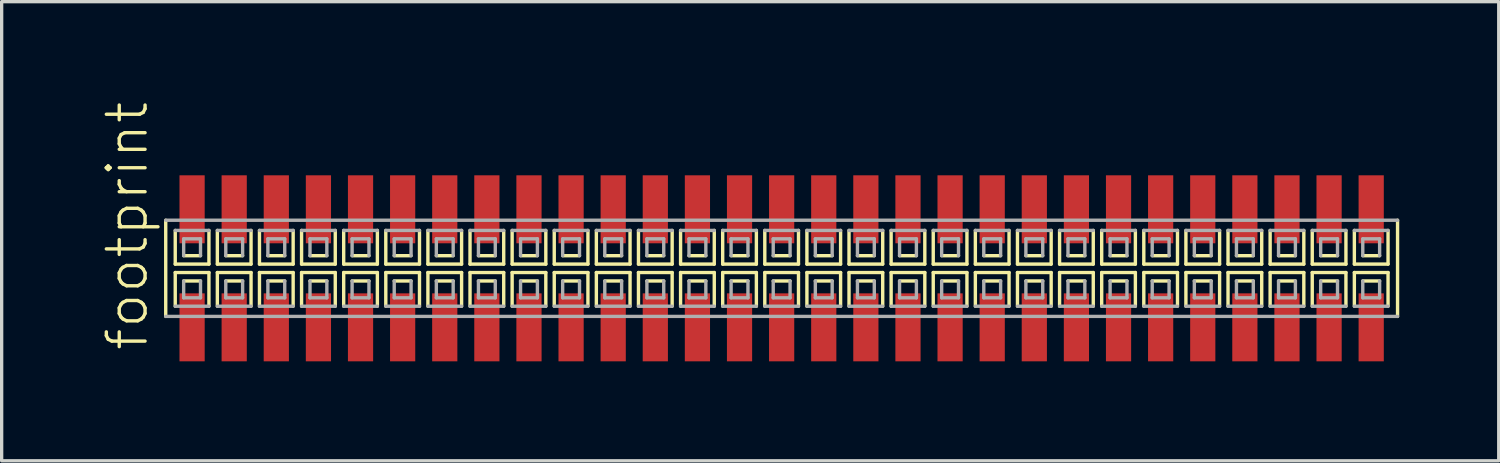
<source format=kicad_pcb>
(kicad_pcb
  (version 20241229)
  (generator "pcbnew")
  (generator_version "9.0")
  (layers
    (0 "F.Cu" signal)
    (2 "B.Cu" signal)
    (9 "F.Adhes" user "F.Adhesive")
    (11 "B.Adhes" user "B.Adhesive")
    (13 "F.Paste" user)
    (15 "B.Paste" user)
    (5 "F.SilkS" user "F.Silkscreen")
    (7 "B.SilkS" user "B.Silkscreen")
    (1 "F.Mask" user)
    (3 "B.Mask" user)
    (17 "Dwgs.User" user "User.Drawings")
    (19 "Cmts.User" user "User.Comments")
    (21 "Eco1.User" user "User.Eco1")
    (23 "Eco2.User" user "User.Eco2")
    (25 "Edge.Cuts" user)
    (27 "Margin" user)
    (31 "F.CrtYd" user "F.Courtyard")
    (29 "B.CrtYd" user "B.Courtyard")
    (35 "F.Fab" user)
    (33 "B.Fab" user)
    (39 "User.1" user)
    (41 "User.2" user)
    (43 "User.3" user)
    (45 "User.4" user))
  (footprint "footprint"
    (layer "F.Cu")
    (at 20.523 5.042)
    (property "Reference" "footprint" (at -19.05 2.54 90) (layer "F.SilkS") (effects (font (size 1.168 1.168) (thickness 0.102)) (justify left bottom)))
    (fp_line (start -18.575 -1.45) (end -18.575 1.45) (stroke (width 0.102) (type solid)) (layer "F.SilkS"))
    (fp_line (start -18.288 -1.143) (end -18.288 -0.127) (stroke (width 0.102) (type solid)) (layer "F.SilkS"))
    (fp_line (start -18.288 -0.127) (end -17.272 -0.127) (stroke (width 0.102) (type solid)) (layer "F.SilkS"))
    (fp_line (start -18.288 0.127) (end -18.288 1.143) (stroke (width 0.102) (type solid)) (layer "F.SilkS"))
    (fp_line (start -18.034 -0.381) (end -17.526 -0.381) (stroke (width 0.102) (type solid)) (layer "F.SilkS"))
    (fp_line (start -17.526 0.381) (end -18.034 0.381) (stroke (width 0.102) (type solid)) (layer "F.SilkS"))
    (fp_line (start -17.272 -0.127) (end -17.272 -1.143) (stroke (width 0.102) (type solid)) (layer "F.SilkS"))
    (fp_line (start -17.272 0.127) (end -18.288 0.127) (stroke (width 0.102) (type solid)) (layer "F.SilkS"))
    (fp_line (start -17.272 1.143) (end -17.272 0.127) (stroke (width 0.102) (type solid)) (layer "F.SilkS"))
    (fp_line (start -17.018 -1.143) (end -17.018 -0.127) (stroke (width 0.102) (type solid)) (layer "F.SilkS"))
    (fp_line (start -17.018 -0.127) (end -16.002 -0.127) (stroke (width 0.102) (type solid)) (layer "F.SilkS"))
    (fp_line (start -17.018 0.127) (end -17.018 1.143) (stroke (width 0.102) (type solid)) (layer "F.SilkS"))
    (fp_line (start -16.764 -0.381) (end -16.256 -0.381) (stroke (width 0.102) (type solid)) (layer "F.SilkS"))
    (fp_line (start -16.256 0.381) (end -16.764 0.381) (stroke (width 0.102) (type solid)) (layer "F.SilkS"))
    (fp_line (start -16.002 -0.127) (end -16.002 -1.143) (stroke (width 0.102) (type solid)) (layer "F.SilkS"))
    (fp_line (start -16.002 0.127) (end -17.018 0.127) (stroke (width 0.102) (type solid)) (layer "F.SilkS"))
    (fp_line (start -16.002 1.143) (end -16.002 0.127) (stroke (width 0.102) (type solid)) (layer "F.SilkS"))
    (fp_line (start -15.748 -1.143) (end -15.748 -0.127) (stroke (width 0.102) (type solid)) (layer "F.SilkS"))
    (fp_line (start -15.748 -0.127) (end -14.732 -0.127) (stroke (width 0.102) (type solid)) (layer "F.SilkS"))
    (fp_line (start -15.748 0.127) (end -15.748 1.143) (stroke (width 0.102) (type solid)) (layer "F.SilkS"))
    (fp_line (start -15.494 -0.381) (end -14.986 -0.381) (stroke (width 0.102) (type solid)) (layer "F.SilkS"))
    (fp_line (start -14.986 0.381) (end -15.494 0.381) (stroke (width 0.102) (type solid)) (layer "F.SilkS"))
    (fp_line (start -14.732 -0.127) (end -14.732 -1.143) (stroke (width 0.102) (type solid)) (layer "F.SilkS"))
    (fp_line (start -14.732 0.127) (end -15.748 0.127) (stroke (width 0.102) (type solid)) (layer "F.SilkS"))
    (fp_line (start -14.732 1.143) (end -14.732 0.127) (stroke (width 0.102) (type solid)) (layer "F.SilkS"))
    (fp_line (start -14.478 -1.143) (end -14.478 -0.127) (stroke (width 0.102) (type solid)) (layer "F.SilkS"))
    (fp_line (start -14.478 -0.127) (end -13.462 -0.127) (stroke (width 0.102) (type solid)) (layer "F.SilkS"))
    (fp_line (start -14.478 0.127) (end -14.478 1.143) (stroke (width 0.102) (type solid)) (layer "F.SilkS"))
    (fp_line (start -14.224 -0.381) (end -13.716 -0.381) (stroke (width 0.102) (type solid)) (layer "F.SilkS"))
    (fp_line (start -13.716 0.381) (end -14.224 0.381) (stroke (width 0.102) (type solid)) (layer "F.SilkS"))
    (fp_line (start -13.462 -0.127) (end -13.462 -1.143) (stroke (width 0.102) (type solid)) (layer "F.SilkS"))
    (fp_line (start -13.462 0.127) (end -14.478 0.127) (stroke (width 0.102) (type solid)) (layer "F.SilkS"))
    (fp_line (start -13.462 1.143) (end -13.462 0.127) (stroke (width 0.102) (type solid)) (layer "F.SilkS"))
    (fp_line (start -13.208 -1.143) (end -13.208 -0.127) (stroke (width 0.102) (type solid)) (layer "F.SilkS"))
    (fp_line (start -13.208 -0.127) (end -12.192 -0.127) (stroke (width 0.102) (type solid)) (layer "F.SilkS"))
    (fp_line (start -13.208 0.127) (end -13.208 1.143) (stroke (width 0.102) (type solid)) (layer "F.SilkS"))
    (fp_line (start -12.954 -0.381) (end -12.446 -0.381) (stroke (width 0.102) (type solid)) (layer "F.SilkS"))
    (fp_line (start -12.446 0.381) (end -12.954 0.381) (stroke (width 0.102) (type solid)) (layer "F.SilkS"))
    (fp_line (start -12.192 -0.127) (end -12.192 -1.143) (stroke (width 0.102) (type solid)) (layer "F.SilkS"))
    (fp_line (start -12.192 0.127) (end -13.208 0.127) (stroke (width 0.102) (type solid)) (layer "F.SilkS"))
    (fp_line (start -12.192 1.143) (end -12.192 0.127) (stroke (width 0.102) (type solid)) (layer "F.SilkS"))
    (fp_line (start -11.938 -1.143) (end -11.938 -0.127) (stroke (width 0.102) (type solid)) (layer "F.SilkS"))
    (fp_line (start -11.938 -0.127) (end -10.922 -0.127) (stroke (width 0.102) (type solid)) (layer "F.SilkS"))
    (fp_line (start -11.938 0.127) (end -11.938 1.143) (stroke (width 0.102) (type solid)) (layer "F.SilkS"))
    (fp_line (start -11.684 -0.381) (end -11.176 -0.381) (stroke (width 0.102) (type solid)) (layer "F.SilkS"))
    (fp_line (start -11.176 0.381) (end -11.684 0.381) (stroke (width 0.102) (type solid)) (layer "F.SilkS"))
    (fp_line (start -10.922 -0.127) (end -10.922 -1.143) (stroke (width 0.102) (type solid)) (layer "F.SilkS"))
    (fp_line (start -10.922 0.127) (end -11.938 0.127) (stroke (width 0.102) (type solid)) (layer "F.SilkS"))
    (fp_line (start -10.922 1.143) (end -10.922 0.127) (stroke (width 0.102) (type solid)) (layer "F.SilkS"))
    (fp_line (start -10.668 -1.143) (end -10.668 -0.127) (stroke (width 0.102) (type solid)) (layer "F.SilkS"))
    (fp_line (start -10.668 -0.127) (end -9.652 -0.127) (stroke (width 0.102) (type solid)) (layer "F.SilkS"))
    (fp_line (start -10.668 0.127) (end -10.668 1.143) (stroke (width 0.102) (type solid)) (layer "F.SilkS"))
    (fp_line (start -10.414 -0.381) (end -9.906 -0.381) (stroke (width 0.102) (type solid)) (layer "F.SilkS"))
    (fp_line (start -9.906 0.381) (end -10.414 0.381) (stroke (width 0.102) (type solid)) (layer "F.SilkS"))
    (fp_line (start -9.652 -0.127) (end -9.652 -1.143) (stroke (width 0.102) (type solid)) (layer "F.SilkS"))
    (fp_line (start -9.652 0.127) (end -10.668 0.127) (stroke (width 0.102) (type solid)) (layer "F.SilkS"))
    (fp_line (start -9.652 1.143) (end -9.652 0.127) (stroke (width 0.102) (type solid)) (layer "F.SilkS"))
    (fp_line (start -9.398 -1.143) (end -9.398 -0.127) (stroke (width 0.102) (type solid)) (layer "F.SilkS"))
    (fp_line (start -9.398 -0.127) (end -8.382 -0.127) (stroke (width 0.102) (type solid)) (layer "F.SilkS"))
    (fp_line (start -9.398 0.127) (end -9.398 1.143) (stroke (width 0.102) (type solid)) (layer "F.SilkS"))
    (fp_line (start -9.144 -0.381) (end -8.636 -0.381) (stroke (width 0.102) (type solid)) (layer "F.SilkS"))
    (fp_line (start -8.636 0.381) (end -9.144 0.381) (stroke (width 0.102) (type solid)) (layer "F.SilkS"))
    (fp_line (start -8.382 -0.127) (end -8.382 -1.143) (stroke (width 0.102) (type solid)) (layer "F.SilkS"))
    (fp_line (start -8.382 0.127) (end -9.398 0.127) (stroke (width 0.102) (type solid)) (layer "F.SilkS"))
    (fp_line (start -8.382 1.143) (end -8.382 0.127) (stroke (width 0.102) (type solid)) (layer "F.SilkS"))
    (fp_line (start -8.128 -1.143) (end -8.128 -0.127) (stroke (width 0.102) (type solid)) (layer "F.SilkS"))
    (fp_line (start -8.128 -0.127) (end -7.112 -0.127) (stroke (width 0.102) (type solid)) (layer "F.SilkS"))
    (fp_line (start -8.128 0.127) (end -8.128 1.143) (stroke (width 0.102) (type solid)) (layer "F.SilkS"))
    (fp_line (start -7.874 -0.381) (end -7.366 -0.381) (stroke (width 0.102) (type solid)) (layer "F.SilkS"))
    (fp_line (start -7.366 0.381) (end -7.874 0.381) (stroke (width 0.102) (type solid)) (layer "F.SilkS"))
    (fp_line (start -7.112 -0.127) (end -7.112 -1.143) (stroke (width 0.102) (type solid)) (layer "F.SilkS"))
    (fp_line (start -7.112 0.127) (end -8.128 0.127) (stroke (width 0.102) (type solid)) (layer "F.SilkS"))
    (fp_line (start -7.112 1.143) (end -7.112 0.127) (stroke (width 0.102) (type solid)) (layer "F.SilkS"))
    (fp_line (start -6.858 -1.143) (end -6.858 -0.127) (stroke (width 0.102) (type solid)) (layer "F.SilkS"))
    (fp_line (start -6.858 -0.127) (end -5.842 -0.127) (stroke (width 0.102) (type solid)) (layer "F.SilkS"))
    (fp_line (start -6.858 0.127) (end -6.858 1.143) (stroke (width 0.102) (type solid)) (layer "F.SilkS"))
    (fp_line (start -6.604 -0.381) (end -6.096 -0.381) (stroke (width 0.102) (type solid)) (layer "F.SilkS"))
    (fp_line (start -6.096 0.381) (end -6.604 0.381) (stroke (width 0.102) (type solid)) (layer "F.SilkS"))
    (fp_line (start -5.842 -0.127) (end -5.842 -1.143) (stroke (width 0.102) (type solid)) (layer "F.SilkS"))
    (fp_line (start -5.842 0.127) (end -6.858 0.127) (stroke (width 0.102) (type solid)) (layer "F.SilkS"))
    (fp_line (start -5.842 1.143) (end -5.842 0.127) (stroke (width 0.102) (type solid)) (layer "F.SilkS"))
    (fp_line (start -5.588 -1.143) (end -5.588 -0.127) (stroke (width 0.102) (type solid)) (layer "F.SilkS"))
    (fp_line (start -5.588 -0.127) (end -4.572 -0.127) (stroke (width 0.102) (type solid)) (layer "F.SilkS"))
    (fp_line (start -5.588 0.127) (end -5.588 1.143) (stroke (width 0.102) (type solid)) (layer "F.SilkS"))
    (fp_line (start -5.334 -0.381) (end -4.826 -0.381) (stroke (width 0.102) (type solid)) (layer "F.SilkS"))
    (fp_line (start -4.826 0.381) (end -5.334 0.381) (stroke (width 0.102) (type solid)) (layer "F.SilkS"))
    (fp_line (start -4.572 -0.127) (end -4.572 -1.143) (stroke (width 0.102) (type solid)) (layer "F.SilkS"))
    (fp_line (start -4.572 0.127) (end -5.588 0.127) (stroke (width 0.102) (type solid)) (layer "F.SilkS"))
    (fp_line (start -4.572 1.143) (end -4.572 0.127) (stroke (width 0.102) (type solid)) (layer "F.SilkS"))
    (fp_line (start -4.318 -1.143) (end -4.318 -0.127) (stroke (width 0.102) (type solid)) (layer "F.SilkS"))
    (fp_line (start -4.318 -0.127) (end -3.302 -0.127) (stroke (width 0.102) (type solid)) (layer "F.SilkS"))
    (fp_line (start -4.318 0.127) (end -4.318 1.143) (stroke (width 0.102) (type solid)) (layer "F.SilkS"))
    (fp_line (start -4.064 -0.381) (end -3.556 -0.381) (stroke (width 0.102) (type solid)) (layer "F.SilkS"))
    (fp_line (start -3.556 0.381) (end -4.064 0.381) (stroke (width 0.102) (type solid)) (layer "F.SilkS"))
    (fp_line (start -3.302 -0.127) (end -3.302 -1.143) (stroke (width 0.102) (type solid)) (layer "F.SilkS"))
    (fp_line (start -3.302 0.127) (end -4.318 0.127) (stroke (width 0.102) (type solid)) (layer "F.SilkS"))
    (fp_line (start -3.302 1.143) (end -3.302 0.127) (stroke (width 0.102) (type solid)) (layer "F.SilkS"))
    (fp_line (start -3.048 -1.143) (end -3.048 -0.127) (stroke (width 0.102) (type solid)) (layer "F.SilkS"))
    (fp_line (start -3.048 -0.127) (end -2.032 -0.127) (stroke (width 0.102) (type solid)) (layer "F.SilkS"))
    (fp_line (start -3.048 0.127) (end -3.048 1.143) (stroke (width 0.102) (type solid)) (layer "F.SilkS"))
    (fp_line (start -2.794 -0.381) (end -2.286 -0.381) (stroke (width 0.102) (type solid)) (layer "F.SilkS"))
    (fp_line (start -2.286 0.381) (end -2.794 0.381) (stroke (width 0.102) (type solid)) (layer "F.SilkS"))
    (fp_line (start -2.032 -0.127) (end -2.032 -1.143) (stroke (width 0.102) (type solid)) (layer "F.SilkS"))
    (fp_line (start -2.032 0.127) (end -3.048 0.127) (stroke (width 0.102) (type solid)) (layer "F.SilkS"))
    (fp_line (start -2.032 1.143) (end -2.032 0.127) (stroke (width 0.102) (type solid)) (layer "F.SilkS"))
    (fp_line (start -1.778 -1.143) (end -1.778 -0.127) (stroke (width 0.102) (type solid)) (layer "F.SilkS"))
    (fp_line (start -1.778 -0.127) (end -0.762 -0.127) (stroke (width 0.102) (type solid)) (layer "F.SilkS"))
    (fp_line (start -1.778 0.127) (end -1.778 1.143) (stroke (width 0.102) (type solid)) (layer "F.SilkS"))
    (fp_line (start -1.524 -0.381) (end -1.016 -0.381) (stroke (width 0.102) (type solid)) (layer "F.SilkS"))
    (fp_line (start -1.016 0.381) (end -1.524 0.381) (stroke (width 0.102) (type solid)) (layer "F.SilkS"))
    (fp_line (start -0.762 -0.127) (end -0.762 -1.143) (stroke (width 0.102) (type solid)) (layer "F.SilkS"))
    (fp_line (start -0.762 0.127) (end -1.778 0.127) (stroke (width 0.102) (type solid)) (layer "F.SilkS"))
    (fp_line (start -0.762 1.143) (end -0.762 0.127) (stroke (width 0.102) (type solid)) (layer "F.SilkS"))
    (fp_line (start -0.508 -1.143) (end -0.508 -0.127) (stroke (width 0.102) (type solid)) (layer "F.SilkS"))
    (fp_line (start -0.508 -0.127) (end 0.508 -0.127) (stroke (width 0.102) (type solid)) (layer "F.SilkS"))
    (fp_line (start -0.508 0.127) (end -0.508 1.143) (stroke (width 0.102) (type solid)) (layer "F.SilkS"))
    (fp_line (start -0.254 -0.381) (end 0.254 -0.381) (stroke (width 0.102) (type solid)) (layer "F.SilkS"))
    (fp_line (start 0.254 0.381) (end -0.254 0.381) (stroke (width 0.102) (type solid)) (layer "F.SilkS"))
    (fp_line (start 0.508 -0.127) (end 0.508 -1.143) (stroke (width 0.102) (type solid)) (layer "F.SilkS"))
    (fp_line (start 0.508 0.127) (end -0.508 0.127) (stroke (width 0.102) (type solid)) (layer "F.SilkS"))
    (fp_line (start 0.508 1.143) (end 0.508 0.127) (stroke (width 0.102) (type solid)) (layer "F.SilkS"))
    (fp_line (start 0.762 -1.143) (end 0.762 -0.127) (stroke (width 0.102) (type solid)) (layer "F.SilkS"))
    (fp_line (start 0.762 -0.127) (end 1.778 -0.127) (stroke (width 0.102) (type solid)) (layer "F.SilkS"))
    (fp_line (start 0.762 0.127) (end 0.762 1.143) (stroke (width 0.102) (type solid)) (layer "F.SilkS"))
    (fp_line (start 1.016 -0.381) (end 1.524 -0.381) (stroke (width 0.102) (type solid)) (layer "F.SilkS"))
    (fp_line (start 1.524 0.381) (end 1.016 0.381) (stroke (width 0.102) (type solid)) (layer "F.SilkS"))
    (fp_line (start 1.778 -0.127) (end 1.778 -1.143) (stroke (width 0.102) (type solid)) (layer "F.SilkS"))
    (fp_line (start 1.778 0.127) (end 0.762 0.127) (stroke (width 0.102) (type solid)) (layer "F.SilkS"))
    (fp_line (start 1.778 1.143) (end 1.778 0.127) (stroke (width 0.102) (type solid)) (layer "F.SilkS"))
    (fp_line (start 2.032 -1.143) (end 2.032 -0.127) (stroke (width 0.102) (type solid)) (layer "F.SilkS"))
    (fp_line (start 2.032 -0.127) (end 3.048 -0.127) (stroke (width 0.102) (type solid)) (layer "F.SilkS"))
    (fp_line (start 2.032 0.127) (end 2.032 1.143) (stroke (width 0.102) (type solid)) (layer "F.SilkS"))
    (fp_line (start 2.286 -0.381) (end 2.794 -0.381) (stroke (width 0.102) (type solid)) (layer "F.SilkS"))
    (fp_line (start 2.794 0.381) (end 2.286 0.381) (stroke (width 0.102) (type solid)) (layer "F.SilkS"))
    (fp_line (start 3.048 -0.127) (end 3.048 -1.143) (stroke (width 0.102) (type solid)) (layer "F.SilkS"))
    (fp_line (start 3.048 0.127) (end 2.032 0.127) (stroke (width 0.102) (type solid)) (layer "F.SilkS"))
    (fp_line (start 3.048 1.143) (end 3.048 0.127) (stroke (width 0.102) (type solid)) (layer "F.SilkS"))
    (fp_line (start 3.302 -1.143) (end 3.302 -0.127) (stroke (width 0.102) (type solid)) (layer "F.SilkS"))
    (fp_line (start 3.302 -0.127) (end 4.318 -0.127) (stroke (width 0.102) (type solid)) (layer "F.SilkS"))
    (fp_line (start 3.302 0.127) (end 3.302 1.143) (stroke (width 0.102) (type solid)) (layer "F.SilkS"))
    (fp_line (start 3.556 -0.381) (end 4.064 -0.381) (stroke (width 0.102) (type solid)) (layer "F.SilkS"))
    (fp_line (start 4.064 0.381) (end 3.556 0.381) (stroke (width 0.102) (type solid)) (layer "F.SilkS"))
    (fp_line (start 4.318 -0.127) (end 4.318 -1.143) (stroke (width 0.102) (type solid)) (layer "F.SilkS"))
    (fp_line (start 4.318 0.127) (end 3.302 0.127) (stroke (width 0.102) (type solid)) (layer "F.SilkS"))
    (fp_line (start 4.318 1.143) (end 4.318 0.127) (stroke (width 0.102) (type solid)) (layer "F.SilkS"))
    (fp_line (start 4.572 -1.143) (end 4.572 -0.127) (stroke (width 0.102) (type solid)) (layer "F.SilkS"))
    (fp_line (start 4.572 -0.127) (end 5.588 -0.127) (stroke (width 0.102) (type solid)) (layer "F.SilkS"))
    (fp_line (start 4.572 0.127) (end 4.572 1.143) (stroke (width 0.102) (type solid)) (layer "F.SilkS"))
    (fp_line (start 4.826 -0.381) (end 5.334 -0.381) (stroke (width 0.102) (type solid)) (layer "F.SilkS"))
    (fp_line (start 5.334 0.381) (end 4.826 0.381) (stroke (width 0.102) (type solid)) (layer "F.SilkS"))
    (fp_line (start 5.588 -0.127) (end 5.588 -1.143) (stroke (width 0.102) (type solid)) (layer "F.SilkS"))
    (fp_line (start 5.588 0.127) (end 4.572 0.127) (stroke (width 0.102) (type solid)) (layer "F.SilkS"))
    (fp_line (start 5.588 1.143) (end 5.588 0.127) (stroke (width 0.102) (type solid)) (layer "F.SilkS"))
    (fp_line (start 5.842 -1.143) (end 5.842 -0.127) (stroke (width 0.102) (type solid)) (layer "F.SilkS"))
    (fp_line (start 5.842 -0.127) (end 6.858 -0.127) (stroke (width 0.102) (type solid)) (layer "F.SilkS"))
    (fp_line (start 5.842 0.127) (end 5.842 1.143) (stroke (width 0.102) (type solid)) (layer "F.SilkS"))
    (fp_line (start 6.096 -0.381) (end 6.604 -0.381) (stroke (width 0.102) (type solid)) (layer "F.SilkS"))
    (fp_line (start 6.604 0.381) (end 6.096 0.381) (stroke (width 0.102) (type solid)) (layer "F.SilkS"))
    (fp_line (start 6.858 -0.127) (end 6.858 -1.143) (stroke (width 0.102) (type solid)) (layer "F.SilkS"))
    (fp_line (start 6.858 0.127) (end 5.842 0.127) (stroke (width 0.102) (type solid)) (layer "F.SilkS"))
    (fp_line (start 6.858 1.143) (end 6.858 0.127) (stroke (width 0.102) (type solid)) (layer "F.SilkS"))
    (fp_line (start 7.112 -1.143) (end 7.112 -0.127) (stroke (width 0.102) (type solid)) (layer "F.SilkS"))
    (fp_line (start 7.112 -0.127) (end 8.128 -0.127) (stroke (width 0.102) (type solid)) (layer "F.SilkS"))
    (fp_line (start 7.112 0.127) (end 7.112 1.143) (stroke (width 0.102) (type solid)) (layer "F.SilkS"))
    (fp_line (start 7.366 -0.381) (end 7.874 -0.381) (stroke (width 0.102) (type solid)) (layer "F.SilkS"))
    (fp_line (start 7.874 0.381) (end 7.366 0.381) (stroke (width 0.102) (type solid)) (layer "F.SilkS"))
    (fp_line (start 8.128 -0.127) (end 8.128 -1.143) (stroke (width 0.102) (type solid)) (layer "F.SilkS"))
    (fp_line (start 8.128 0.127) (end 7.112 0.127) (stroke (width 0.102) (type solid)) (layer "F.SilkS"))
    (fp_line (start 8.128 1.143) (end 8.128 0.127) (stroke (width 0.102) (type solid)) (layer "F.SilkS"))
    (fp_line (start 8.382 -1.143) (end 8.382 -0.127) (stroke (width 0.102) (type solid)) (layer "F.SilkS"))
    (fp_line (start 8.382 -0.127) (end 9.398 -0.127) (stroke (width 0.102) (type solid)) (layer "F.SilkS"))
    (fp_line (start 8.382 0.127) (end 8.382 1.143) (stroke (width 0.102) (type solid)) (layer "F.SilkS"))
    (fp_line (start 8.636 -0.381) (end 9.144 -0.381) (stroke (width 0.102) (type solid)) (layer "F.SilkS"))
    (fp_line (start 9.144 0.381) (end 8.636 0.381) (stroke (width 0.102) (type solid)) (layer "F.SilkS"))
    (fp_line (start 9.398 -0.127) (end 9.398 -1.143) (stroke (width 0.102) (type solid)) (layer "F.SilkS"))
    (fp_line (start 9.398 0.127) (end 8.382 0.127) (stroke (width 0.102) (type solid)) (layer "F.SilkS"))
    (fp_line (start 9.398 1.143) (end 9.398 0.127) (stroke (width 0.102) (type solid)) (layer "F.SilkS"))
    (fp_line (start 9.652 -1.143) (end 9.652 -0.127) (stroke (width 0.102) (type solid)) (layer "F.SilkS"))
    (fp_line (start 9.652 -0.127) (end 10.668 -0.127) (stroke (width 0.102) (type solid)) (layer "F.SilkS"))
    (fp_line (start 9.652 0.127) (end 9.652 1.143) (stroke (width 0.102) (type solid)) (layer "F.SilkS"))
    (fp_line (start 9.906 -0.381) (end 10.414 -0.381) (stroke (width 0.102) (type solid)) (layer "F.SilkS"))
    (fp_line (start 10.414 0.381) (end 9.906 0.381) (stroke (width 0.102) (type solid)) (layer "F.SilkS"))
    (fp_line (start 10.668 -0.127) (end 10.668 -1.143) (stroke (width 0.102) (type solid)) (layer "F.SilkS"))
    (fp_line (start 10.668 0.127) (end 9.652 0.127) (stroke (width 0.102) (type solid)) (layer "F.SilkS"))
    (fp_line (start 10.668 1.143) (end 10.668 0.127) (stroke (width 0.102) (type solid)) (layer "F.SilkS"))
    (fp_line (start 10.922 -1.143) (end 10.922 -0.127) (stroke (width 0.102) (type solid)) (layer "F.SilkS"))
    (fp_line (start 10.922 -0.127) (end 11.938 -0.127) (stroke (width 0.102) (type solid)) (layer "F.SilkS"))
    (fp_line (start 10.922 0.127) (end 10.922 1.143) (stroke (width 0.102) (type solid)) (layer "F.SilkS"))
    (fp_line (start 11.176 -0.381) (end 11.684 -0.381) (stroke (width 0.102) (type solid)) (layer "F.SilkS"))
    (fp_line (start 11.684 0.381) (end 11.176 0.381) (stroke (width 0.102) (type solid)) (layer "F.SilkS"))
    (fp_line (start 11.938 -0.127) (end 11.938 -1.143) (stroke (width 0.102) (type solid)) (layer "F.SilkS"))
    (fp_line (start 11.938 0.127) (end 10.922 0.127) (stroke (width 0.102) (type solid)) (layer "F.SilkS"))
    (fp_line (start 11.938 1.143) (end 11.938 0.127) (stroke (width 0.102) (type solid)) (layer "F.SilkS"))
    (fp_line (start 12.192 -1.143) (end 12.192 -0.127) (stroke (width 0.102) (type solid)) (layer "F.SilkS"))
    (fp_line (start 12.192 -0.127) (end 13.208 -0.127) (stroke (width 0.102) (type solid)) (layer "F.SilkS"))
    (fp_line (start 12.192 0.127) (end 12.192 1.143) (stroke (width 0.102) (type solid)) (layer "F.SilkS"))
    (fp_line (start 12.446 -0.381) (end 12.954 -0.381) (stroke (width 0.102) (type solid)) (layer "F.SilkS"))
    (fp_line (start 12.954 0.381) (end 12.446 0.381) (stroke (width 0.102) (type solid)) (layer "F.SilkS"))
    (fp_line (start 13.208 -0.127) (end 13.208 -1.143) (stroke (width 0.102) (type solid)) (layer "F.SilkS"))
    (fp_line (start 13.208 0.127) (end 12.192 0.127) (stroke (width 0.102) (type solid)) (layer "F.SilkS"))
    (fp_line (start 13.208 1.143) (end 13.208 0.127) (stroke (width 0.102) (type solid)) (layer "F.SilkS"))
    (fp_line (start 13.462 -1.143) (end 13.462 -0.127) (stroke (width 0.102) (type solid)) (layer "F.SilkS"))
    (fp_line (start 13.462 -0.127) (end 14.478 -0.127) (stroke (width 0.102) (type solid)) (layer "F.SilkS"))
    (fp_line (start 13.462 0.127) (end 13.462 1.143) (stroke (width 0.102) (type solid)) (layer "F.SilkS"))
    (fp_line (start 13.716 -0.381) (end 14.224 -0.381) (stroke (width 0.102) (type solid)) (layer "F.SilkS"))
    (fp_line (start 14.224 0.381) (end 13.716 0.381) (stroke (width 0.102) (type solid)) (layer "F.SilkS"))
    (fp_line (start 14.478 -0.127) (end 14.478 -1.143) (stroke (width 0.102) (type solid)) (layer "F.SilkS"))
    (fp_line (start 14.478 0.127) (end 13.462 0.127) (stroke (width 0.102) (type solid)) (layer "F.SilkS"))
    (fp_line (start 14.478 1.143) (end 14.478 0.127) (stroke (width 0.102) (type solid)) (layer "F.SilkS"))
    (fp_line (start 14.732 -1.143) (end 14.732 -0.127) (stroke (width 0.102) (type solid)) (layer "F.SilkS"))
    (fp_line (start 14.732 -0.127) (end 15.748 -0.127) (stroke (width 0.102) (type solid)) (layer "F.SilkS"))
    (fp_line (start 14.732 0.127) (end 14.732 1.143) (stroke (width 0.102) (type solid)) (layer "F.SilkS"))
    (fp_line (start 14.986 -0.381) (end 15.494 -0.381) (stroke (width 0.102) (type solid)) (layer "F.SilkS"))
    (fp_line (start 15.494 0.381) (end 14.986 0.381) (stroke (width 0.102) (type solid)) (layer "F.SilkS"))
    (fp_line (start 15.748 -0.127) (end 15.748 -1.143) (stroke (width 0.102) (type solid)) (layer "F.SilkS"))
    (fp_line (start 15.748 0.127) (end 14.732 0.127) (stroke (width 0.102) (type solid)) (layer "F.SilkS"))
    (fp_line (start 15.748 1.143) (end 15.748 0.127) (stroke (width 0.102) (type solid)) (layer "F.SilkS"))
    (fp_line (start 16.002 -1.143) (end 16.002 -0.127) (stroke (width 0.102) (type solid)) (layer "F.SilkS"))
    (fp_line (start 16.002 -0.127) (end 17.018 -0.127) (stroke (width 0.102) (type solid)) (layer "F.SilkS"))
    (fp_line (start 16.002 0.127) (end 16.002 1.143) (stroke (width 0.102) (type solid)) (layer "F.SilkS"))
    (fp_line (start 16.256 -0.381) (end 16.764 -0.381) (stroke (width 0.102) (type solid)) (layer "F.SilkS"))
    (fp_line (start 16.764 0.381) (end 16.256 0.381) (stroke (width 0.102) (type solid)) (layer "F.SilkS"))
    (fp_line (start 17.018 -0.127) (end 17.018 -1.143) (stroke (width 0.102) (type solid)) (layer "F.SilkS"))
    (fp_line (start 17.018 0.127) (end 16.002 0.127) (stroke (width 0.102) (type solid)) (layer "F.SilkS"))
    (fp_line (start 17.018 1.143) (end 17.018 0.127) (stroke (width 0.102) (type solid)) (layer "F.SilkS"))
    (fp_line (start 17.272 -1.143) (end 17.272 -0.127) (stroke (width 0.102) (type solid)) (layer "F.SilkS"))
    (fp_line (start 17.272 -0.127) (end 18.288 -0.127) (stroke (width 0.102) (type solid)) (layer "F.SilkS"))
    (fp_line (start 17.272 0.127) (end 17.272 1.143) (stroke (width 0.102) (type solid)) (layer "F.SilkS"))
    (fp_line (start 17.526 -0.381) (end 18.034 -0.381) (stroke (width 0.102) (type solid)) (layer "F.SilkS"))
    (fp_line (start 18.034 0.381) (end 17.526 0.381) (stroke (width 0.102) (type solid)) (layer "F.SilkS"))
    (fp_line (start 18.288 -0.127) (end 18.288 -1.143) (stroke (width 0.102) (type solid)) (layer "F.SilkS"))
    (fp_line (start 18.288 0.127) (end 17.272 0.127) (stroke (width 0.102) (type solid)) (layer "F.SilkS"))
    (fp_line (start 18.288 1.143) (end 18.288 0.127) (stroke (width 0.102) (type solid)) (layer "F.SilkS"))
    (fp_line (start 18.575 1.45) (end 18.575 -1.45) (stroke (width 0.102) (type solid)) (layer "F.SilkS"))
    (fp_line (start -18.575 1.45) (end 18.575 1.45) (stroke (width 0.102) (type solid)) (layer "F.Fab"))
    (fp_line (start -18.288 1.143) (end -17.272 1.143) (stroke (width 0.102) (type solid)) (layer "F.Fab"))
    (fp_line (start -18.034 -0.889) (end -18.034 -0.381) (stroke (width 0.102) (type solid)) (layer "F.Fab"))
    (fp_line (start -18.034 0.381) (end -18.034 0.889) (stroke (width 0.102) (type solid)) (layer "F.Fab"))
    (fp_line (start -18.034 0.889) (end -17.526 0.889) (stroke (width 0.102) (type solid)) (layer "F.Fab"))
    (fp_line (start -17.526 -0.889) (end -18.034 -0.889) (stroke (width 0.102) (type solid)) (layer "F.Fab"))
    (fp_line (start -17.526 -0.381) (end -17.526 -0.889) (stroke (width 0.102) (type solid)) (layer "F.Fab"))
    (fp_line (start -17.526 0.889) (end -17.526 0.381) (stroke (width 0.102) (type solid)) (layer "F.Fab"))
    (fp_line (start -17.272 -1.143) (end -18.288 -1.143) (stroke (width 0.102) (type solid)) (layer "F.Fab"))
    (fp_line (start -17.018 1.143) (end -16.002 1.143) (stroke (width 0.102) (type solid)) (layer "F.Fab"))
    (fp_line (start -16.764 -0.889) (end -16.764 -0.381) (stroke (width 0.102) (type solid)) (layer "F.Fab"))
    (fp_line (start -16.764 0.381) (end -16.764 0.889) (stroke (width 0.102) (type solid)) (layer "F.Fab"))
    (fp_line (start -16.764 0.889) (end -16.256 0.889) (stroke (width 0.102) (type solid)) (layer "F.Fab"))
    (fp_line (start -16.256 -0.889) (end -16.764 -0.889) (stroke (width 0.102) (type solid)) (layer "F.Fab"))
    (fp_line (start -16.256 -0.381) (end -16.256 -0.889) (stroke (width 0.102) (type solid)) (layer "F.Fab"))
    (fp_line (start -16.256 0.889) (end -16.256 0.381) (stroke (width 0.102) (type solid)) (layer "F.Fab"))
    (fp_line (start -16.002 -1.143) (end -17.018 -1.143) (stroke (width 0.102) (type solid)) (layer "F.Fab"))
    (fp_line (start -15.748 1.143) (end -14.732 1.143) (stroke (width 0.102) (type solid)) (layer "F.Fab"))
    (fp_line (start -15.494 -0.889) (end -15.494 -0.381) (stroke (width 0.102) (type solid)) (layer "F.Fab"))
    (fp_line (start -15.494 0.381) (end -15.494 0.889) (stroke (width 0.102) (type solid)) (layer "F.Fab"))
    (fp_line (start -15.494 0.889) (end -14.986 0.889) (stroke (width 0.102) (type solid)) (layer "F.Fab"))
    (fp_line (start -14.986 -0.889) (end -15.494 -0.889) (stroke (width 0.102) (type solid)) (layer "F.Fab"))
    (fp_line (start -14.986 -0.381) (end -14.986 -0.889) (stroke (width 0.102) (type solid)) (layer "F.Fab"))
    (fp_line (start -14.986 0.889) (end -14.986 0.381) (stroke (width 0.102) (type solid)) (layer "F.Fab"))
    (fp_line (start -14.732 -1.143) (end -15.748 -1.143) (stroke (width 0.102) (type solid)) (layer "F.Fab"))
    (fp_line (start -14.478 1.143) (end -13.462 1.143) (stroke (width 0.102) (type solid)) (layer "F.Fab"))
    (fp_line (start -14.224 -0.889) (end -14.224 -0.381) (stroke (width 0.102) (type solid)) (layer "F.Fab"))
    (fp_line (start -14.224 0.381) (end -14.224 0.889) (stroke (width 0.102) (type solid)) (layer "F.Fab"))
    (fp_line (start -14.224 0.889) (end -13.716 0.889) (stroke (width 0.102) (type solid)) (layer "F.Fab"))
    (fp_line (start -13.716 -0.889) (end -14.224 -0.889) (stroke (width 0.102) (type solid)) (layer "F.Fab"))
    (fp_line (start -13.716 -0.381) (end -13.716 -0.889) (stroke (width 0.102) (type solid)) (layer "F.Fab"))
    (fp_line (start -13.716 0.889) (end -13.716 0.381) (stroke (width 0.102) (type solid)) (layer "F.Fab"))
    (fp_line (start -13.462 -1.143) (end -14.478 -1.143) (stroke (width 0.102) (type solid)) (layer "F.Fab"))
    (fp_line (start -13.208 1.143) (end -12.192 1.143) (stroke (width 0.102) (type solid)) (layer "F.Fab"))
    (fp_line (start -12.954 -0.889) (end -12.954 -0.381) (stroke (width 0.102) (type solid)) (layer "F.Fab"))
    (fp_line (start -12.954 0.381) (end -12.954 0.889) (stroke (width 0.102) (type solid)) (layer "F.Fab"))
    (fp_line (start -12.954 0.889) (end -12.446 0.889) (stroke (width 0.102) (type solid)) (layer "F.Fab"))
    (fp_line (start -12.446 -0.889) (end -12.954 -0.889) (stroke (width 0.102) (type solid)) (layer "F.Fab"))
    (fp_line (start -12.446 -0.381) (end -12.446 -0.889) (stroke (width 0.102) (type solid)) (layer "F.Fab"))
    (fp_line (start -12.446 0.889) (end -12.446 0.381) (stroke (width 0.102) (type solid)) (layer "F.Fab"))
    (fp_line (start -12.192 -1.143) (end -13.208 -1.143) (stroke (width 0.102) (type solid)) (layer "F.Fab"))
    (fp_line (start -11.938 1.143) (end -10.922 1.143) (stroke (width 0.102) (type solid)) (layer "F.Fab"))
    (fp_line (start -11.684 -0.889) (end -11.684 -0.381) (stroke (width 0.102) (type solid)) (layer "F.Fab"))
    (fp_line (start -11.684 0.381) (end -11.684 0.889) (stroke (width 0.102) (type solid)) (layer "F.Fab"))
    (fp_line (start -11.684 0.889) (end -11.176 0.889) (stroke (width 0.102) (type solid)) (layer "F.Fab"))
    (fp_line (start -11.176 -0.889) (end -11.684 -0.889) (stroke (width 0.102) (type solid)) (layer "F.Fab"))
    (fp_line (start -11.176 -0.381) (end -11.176 -0.889) (stroke (width 0.102) (type solid)) (layer "F.Fab"))
    (fp_line (start -11.176 0.889) (end -11.176 0.381) (stroke (width 0.102) (type solid)) (layer "F.Fab"))
    (fp_line (start -10.922 -1.143) (end -11.938 -1.143) (stroke (width 0.102) (type solid)) (layer "F.Fab"))
    (fp_line (start -10.668 1.143) (end -9.652 1.143) (stroke (width 0.102) (type solid)) (layer "F.Fab"))
    (fp_line (start -10.414 -0.889) (end -10.414 -0.381) (stroke (width 0.102) (type solid)) (layer "F.Fab"))
    (fp_line (start -10.414 0.381) (end -10.414 0.889) (stroke (width 0.102) (type solid)) (layer "F.Fab"))
    (fp_line (start -10.414 0.889) (end -9.906 0.889) (stroke (width 0.102) (type solid)) (layer "F.Fab"))
    (fp_line (start -9.906 -0.889) (end -10.414 -0.889) (stroke (width 0.102) (type solid)) (layer "F.Fab"))
    (fp_line (start -9.906 -0.381) (end -9.906 -0.889) (stroke (width 0.102) (type solid)) (layer "F.Fab"))
    (fp_line (start -9.906 0.889) (end -9.906 0.381) (stroke (width 0.102) (type solid)) (layer "F.Fab"))
    (fp_line (start -9.652 -1.143) (end -10.668 -1.143) (stroke (width 0.102) (type solid)) (layer "F.Fab"))
    (fp_line (start -9.398 1.143) (end -8.382 1.143) (stroke (width 0.102) (type solid)) (layer "F.Fab"))
    (fp_line (start -9.144 -0.889) (end -9.144 -0.381) (stroke (width 0.102) (type solid)) (layer "F.Fab"))
    (fp_line (start -9.144 0.381) (end -9.144 0.889) (stroke (width 0.102) (type solid)) (layer "F.Fab"))
    (fp_line (start -9.144 0.889) (end -8.636 0.889) (stroke (width 0.102) (type solid)) (layer "F.Fab"))
    (fp_line (start -8.636 -0.889) (end -9.144 -0.889) (stroke (width 0.102) (type solid)) (layer "F.Fab"))
    (fp_line (start -8.636 -0.381) (end -8.636 -0.889) (stroke (width 0.102) (type solid)) (layer "F.Fab"))
    (fp_line (start -8.636 0.889) (end -8.636 0.381) (stroke (width 0.102) (type solid)) (layer "F.Fab"))
    (fp_line (start -8.382 -1.143) (end -9.398 -1.143) (stroke (width 0.102) (type solid)) (layer "F.Fab"))
    (fp_line (start -8.128 1.143) (end -7.112 1.143) (stroke (width 0.102) (type solid)) (layer "F.Fab"))
    (fp_line (start -7.874 -0.889) (end -7.874 -0.381) (stroke (width 0.102) (type solid)) (layer "F.Fab"))
    (fp_line (start -7.874 0.381) (end -7.874 0.889) (stroke (width 0.102) (type solid)) (layer "F.Fab"))
    (fp_line (start -7.874 0.889) (end -7.366 0.889) (stroke (width 0.102) (type solid)) (layer "F.Fab"))
    (fp_line (start -7.366 -0.889) (end -7.874 -0.889) (stroke (width 0.102) (type solid)) (layer "F.Fab"))
    (fp_line (start -7.366 -0.381) (end -7.366 -0.889) (stroke (width 0.102) (type solid)) (layer "F.Fab"))
    (fp_line (start -7.366 0.889) (end -7.366 0.381) (stroke (width 0.102) (type solid)) (layer "F.Fab"))
    (fp_line (start -7.112 -1.143) (end -8.128 -1.143) (stroke (width 0.102) (type solid)) (layer "F.Fab"))
    (fp_line (start -6.858 1.143) (end -5.842 1.143) (stroke (width 0.102) (type solid)) (layer "F.Fab"))
    (fp_line (start -6.604 -0.889) (end -6.604 -0.381) (stroke (width 0.102) (type solid)) (layer "F.Fab"))
    (fp_line (start -6.604 0.381) (end -6.604 0.889) (stroke (width 0.102) (type solid)) (layer "F.Fab"))
    (fp_line (start -6.604 0.889) (end -6.096 0.889) (stroke (width 0.102) (type solid)) (layer "F.Fab"))
    (fp_line (start -6.096 -0.889) (end -6.604 -0.889) (stroke (width 0.102) (type solid)) (layer "F.Fab"))
    (fp_line (start -6.096 -0.381) (end -6.096 -0.889) (stroke (width 0.102) (type solid)) (layer "F.Fab"))
    (fp_line (start -6.096 0.889) (end -6.096 0.381) (stroke (width 0.102) (type solid)) (layer "F.Fab"))
    (fp_line (start -5.842 -1.143) (end -6.858 -1.143) (stroke (width 0.102) (type solid)) (layer "F.Fab"))
    (fp_line (start -5.588 1.143) (end -4.572 1.143) (stroke (width 0.102) (type solid)) (layer "F.Fab"))
    (fp_line (start -5.334 -0.889) (end -5.334 -0.381) (stroke (width 0.102) (type solid)) (layer "F.Fab"))
    (fp_line (start -5.334 0.381) (end -5.334 0.889) (stroke (width 0.102) (type solid)) (layer "F.Fab"))
    (fp_line (start -5.334 0.889) (end -4.826 0.889) (stroke (width 0.102) (type solid)) (layer "F.Fab"))
    (fp_line (start -4.826 -0.889) (end -5.334 -0.889) (stroke (width 0.102) (type solid)) (layer "F.Fab"))
    (fp_line (start -4.826 -0.381) (end -4.826 -0.889) (stroke (width 0.102) (type solid)) (layer "F.Fab"))
    (fp_line (start -4.826 0.889) (end -4.826 0.381) (stroke (width 0.102) (type solid)) (layer "F.Fab"))
    (fp_line (start -4.572 -1.143) (end -5.588 -1.143) (stroke (width 0.102) (type solid)) (layer "F.Fab"))
    (fp_line (start -4.318 1.143) (end -3.302 1.143) (stroke (width 0.102) (type solid)) (layer "F.Fab"))
    (fp_line (start -4.064 -0.889) (end -4.064 -0.381) (stroke (width 0.102) (type solid)) (layer "F.Fab"))
    (fp_line (start -4.064 0.381) (end -4.064 0.889) (stroke (width 0.102) (type solid)) (layer "F.Fab"))
    (fp_line (start -4.064 0.889) (end -3.556 0.889) (stroke (width 0.102) (type solid)) (layer "F.Fab"))
    (fp_line (start -3.556 -0.889) (end -4.064 -0.889) (stroke (width 0.102) (type solid)) (layer "F.Fab"))
    (fp_line (start -3.556 -0.381) (end -3.556 -0.889) (stroke (width 0.102) (type solid)) (layer "F.Fab"))
    (fp_line (start -3.556 0.889) (end -3.556 0.381) (stroke (width 0.102) (type solid)) (layer "F.Fab"))
    (fp_line (start -3.302 -1.143) (end -4.318 -1.143) (stroke (width 0.102) (type solid)) (layer "F.Fab"))
    (fp_line (start -3.048 1.143) (end -2.032 1.143) (stroke (width 0.102) (type solid)) (layer "F.Fab"))
    (fp_line (start -2.794 -0.889) (end -2.794 -0.381) (stroke (width 0.102) (type solid)) (layer "F.Fab"))
    (fp_line (start -2.794 0.381) (end -2.794 0.889) (stroke (width 0.102) (type solid)) (layer "F.Fab"))
    (fp_line (start -2.794 0.889) (end -2.286 0.889) (stroke (width 0.102) (type solid)) (layer "F.Fab"))
    (fp_line (start -2.286 -0.889) (end -2.794 -0.889) (stroke (width 0.102) (type solid)) (layer "F.Fab"))
    (fp_line (start -2.286 -0.381) (end -2.286 -0.889) (stroke (width 0.102) (type solid)) (layer "F.Fab"))
    (fp_line (start -2.286 0.889) (end -2.286 0.381) (stroke (width 0.102) (type solid)) (layer "F.Fab"))
    (fp_line (start -2.032 -1.143) (end -3.048 -1.143) (stroke (width 0.102) (type solid)) (layer "F.Fab"))
    (fp_line (start -1.778 1.143) (end -0.762 1.143) (stroke (width 0.102) (type solid)) (layer "F.Fab"))
    (fp_line (start -1.524 -0.889) (end -1.524 -0.381) (stroke (width 0.102) (type solid)) (layer "F.Fab"))
    (fp_line (start -1.524 0.381) (end -1.524 0.889) (stroke (width 0.102) (type solid)) (layer "F.Fab"))
    (fp_line (start -1.524 0.889) (end -1.016 0.889) (stroke (width 0.102) (type solid)) (layer "F.Fab"))
    (fp_line (start -1.016 -0.889) (end -1.524 -0.889) (stroke (width 0.102) (type solid)) (layer "F.Fab"))
    (fp_line (start -1.016 -0.381) (end -1.016 -0.889) (stroke (width 0.102) (type solid)) (layer "F.Fab"))
    (fp_line (start -1.016 0.889) (end -1.016 0.381) (stroke (width 0.102) (type solid)) (layer "F.Fab"))
    (fp_line (start -0.762 -1.143) (end -1.778 -1.143) (stroke (width 0.102) (type solid)) (layer "F.Fab"))
    (fp_line (start -0.508 1.143) (end 0.508 1.143) (stroke (width 0.102) (type solid)) (layer "F.Fab"))
    (fp_line (start -0.254 -0.889) (end -0.254 -0.381) (stroke (width 0.102) (type solid)) (layer "F.Fab"))
    (fp_line (start -0.254 0.381) (end -0.254 0.889) (stroke (width 0.102) (type solid)) (layer "F.Fab"))
    (fp_line (start -0.254 0.889) (end 0.254 0.889) (stroke (width 0.102) (type solid)) (layer "F.Fab"))
    (fp_line (start 0.254 -0.889) (end -0.254 -0.889) (stroke (width 0.102) (type solid)) (layer "F.Fab"))
    (fp_line (start 0.254 -0.381) (end 0.254 -0.889) (stroke (width 0.102) (type solid)) (layer "F.Fab"))
    (fp_line (start 0.254 0.889) (end 0.254 0.381) (stroke (width 0.102) (type solid)) (layer "F.Fab"))
    (fp_line (start 0.508 -1.143) (end -0.508 -1.143) (stroke (width 0.102) (type solid)) (layer "F.Fab"))
    (fp_line (start 0.762 1.143) (end 1.778 1.143) (stroke (width 0.102) (type solid)) (layer "F.Fab"))
    (fp_line (start 1.016 -0.889) (end 1.016 -0.381) (stroke (width 0.102) (type solid)) (layer "F.Fab"))
    (fp_line (start 1.016 0.381) (end 1.016 0.889) (stroke (width 0.102) (type solid)) (layer "F.Fab"))
    (fp_line (start 1.016 0.889) (end 1.524 0.889) (stroke (width 0.102) (type solid)) (layer "F.Fab"))
    (fp_line (start 1.524 -0.889) (end 1.016 -0.889) (stroke (width 0.102) (type solid)) (layer "F.Fab"))
    (fp_line (start 1.524 -0.381) (end 1.524 -0.889) (stroke (width 0.102) (type solid)) (layer "F.Fab"))
    (fp_line (start 1.524 0.889) (end 1.524 0.381) (stroke (width 0.102) (type solid)) (layer "F.Fab"))
    (fp_line (start 1.778 -1.143) (end 0.762 -1.143) (stroke (width 0.102) (type solid)) (layer "F.Fab"))
    (fp_line (start 2.032 1.143) (end 3.048 1.143) (stroke (width 0.102) (type solid)) (layer "F.Fab"))
    (fp_line (start 2.286 -0.889) (end 2.286 -0.381) (stroke (width 0.102) (type solid)) (layer "F.Fab"))
    (fp_line (start 2.286 0.381) (end 2.286 0.889) (stroke (width 0.102) (type solid)) (layer "F.Fab"))
    (fp_line (start 2.286 0.889) (end 2.794 0.889) (stroke (width 0.102) (type solid)) (layer "F.Fab"))
    (fp_line (start 2.794 -0.889) (end 2.286 -0.889) (stroke (width 0.102) (type solid)) (layer "F.Fab"))
    (fp_line (start 2.794 -0.381) (end 2.794 -0.889) (stroke (width 0.102) (type solid)) (layer "F.Fab"))
    (fp_line (start 2.794 0.889) (end 2.794 0.381) (stroke (width 0.102) (type solid)) (layer "F.Fab"))
    (fp_line (start 3.048 -1.143) (end 2.032 -1.143) (stroke (width 0.102) (type solid)) (layer "F.Fab"))
    (fp_line (start 3.302 1.143) (end 4.318 1.143) (stroke (width 0.102) (type solid)) (layer "F.Fab"))
    (fp_line (start 3.556 -0.889) (end 3.556 -0.381) (stroke (width 0.102) (type solid)) (layer "F.Fab"))
    (fp_line (start 3.556 0.381) (end 3.556 0.889) (stroke (width 0.102) (type solid)) (layer "F.Fab"))
    (fp_line (start 3.556 0.889) (end 4.064 0.889) (stroke (width 0.102) (type solid)) (layer "F.Fab"))
    (fp_line (start 4.064 -0.889) (end 3.556 -0.889) (stroke (width 0.102) (type solid)) (layer "F.Fab"))
    (fp_line (start 4.064 -0.381) (end 4.064 -0.889) (stroke (width 0.102) (type solid)) (layer "F.Fab"))
    (fp_line (start 4.064 0.889) (end 4.064 0.381) (stroke (width 0.102) (type solid)) (layer "F.Fab"))
    (fp_line (start 4.318 -1.143) (end 3.302 -1.143) (stroke (width 0.102) (type solid)) (layer "F.Fab"))
    (fp_line (start 4.572 1.143) (end 5.588 1.143) (stroke (width 0.102) (type solid)) (layer "F.Fab"))
    (fp_line (start 4.826 -0.889) (end 4.826 -0.381) (stroke (width 0.102) (type solid)) (layer "F.Fab"))
    (fp_line (start 4.826 0.381) (end 4.826 0.889) (stroke (width 0.102) (type solid)) (layer "F.Fab"))
    (fp_line (start 4.826 0.889) (end 5.334 0.889) (stroke (width 0.102) (type solid)) (layer "F.Fab"))
    (fp_line (start 5.334 -0.889) (end 4.826 -0.889) (stroke (width 0.102) (type solid)) (layer "F.Fab"))
    (fp_line (start 5.334 -0.381) (end 5.334 -0.889) (stroke (width 0.102) (type solid)) (layer "F.Fab"))
    (fp_line (start 5.334 0.889) (end 5.334 0.381) (stroke (width 0.102) (type solid)) (layer "F.Fab"))
    (fp_line (start 5.588 -1.143) (end 4.572 -1.143) (stroke (width 0.102) (type solid)) (layer "F.Fab"))
    (fp_line (start 5.842 1.143) (end 6.858 1.143) (stroke (width 0.102) (type solid)) (layer "F.Fab"))
    (fp_line (start 6.096 -0.889) (end 6.096 -0.381) (stroke (width 0.102) (type solid)) (layer "F.Fab"))
    (fp_line (start 6.096 0.381) (end 6.096 0.889) (stroke (width 0.102) (type solid)) (layer "F.Fab"))
    (fp_line (start 6.096 0.889) (end 6.604 0.889) (stroke (width 0.102) (type solid)) (layer "F.Fab"))
    (fp_line (start 6.604 -0.889) (end 6.096 -0.889) (stroke (width 0.102) (type solid)) (layer "F.Fab"))
    (fp_line (start 6.604 -0.381) (end 6.604 -0.889) (stroke (width 0.102) (type solid)) (layer "F.Fab"))
    (fp_line (start 6.604 0.889) (end 6.604 0.381) (stroke (width 0.102) (type solid)) (layer "F.Fab"))
    (fp_line (start 6.858 -1.143) (end 5.842 -1.143) (stroke (width 0.102) (type solid)) (layer "F.Fab"))
    (fp_line (start 7.112 1.143) (end 8.128 1.143) (stroke (width 0.102) (type solid)) (layer "F.Fab"))
    (fp_line (start 7.366 -0.889) (end 7.366 -0.381) (stroke (width 0.102) (type solid)) (layer "F.Fab"))
    (fp_line (start 7.366 0.381) (end 7.366 0.889) (stroke (width 0.102) (type solid)) (layer "F.Fab"))
    (fp_line (start 7.366 0.889) (end 7.874 0.889) (stroke (width 0.102) (type solid)) (layer "F.Fab"))
    (fp_line (start 7.874 -0.889) (end 7.366 -0.889) (stroke (width 0.102) (type solid)) (layer "F.Fab"))
    (fp_line (start 7.874 -0.381) (end 7.874 -0.889) (stroke (width 0.102) (type solid)) (layer "F.Fab"))
    (fp_line (start 7.874 0.889) (end 7.874 0.381) (stroke (width 0.102) (type solid)) (layer "F.Fab"))
    (fp_line (start 8.128 -1.143) (end 7.112 -1.143) (stroke (width 0.102) (type solid)) (layer "F.Fab"))
    (fp_line (start 8.382 1.143) (end 9.398 1.143) (stroke (width 0.102) (type solid)) (layer "F.Fab"))
    (fp_line (start 8.636 -0.889) (end 8.636 -0.381) (stroke (width 0.102) (type solid)) (layer "F.Fab"))
    (fp_line (start 8.636 0.381) (end 8.636 0.889) (stroke (width 0.102) (type solid)) (layer "F.Fab"))
    (fp_line (start 8.636 0.889) (end 9.144 0.889) (stroke (width 0.102) (type solid)) (layer "F.Fab"))
    (fp_line (start 9.144 -0.889) (end 8.636 -0.889) (stroke (width 0.102) (type solid)) (layer "F.Fab"))
    (fp_line (start 9.144 -0.381) (end 9.144 -0.889) (stroke (width 0.102) (type solid)) (layer "F.Fab"))
    (fp_line (start 9.144 0.889) (end 9.144 0.381) (stroke (width 0.102) (type solid)) (layer "F.Fab"))
    (fp_line (start 9.398 -1.143) (end 8.382 -1.143) (stroke (width 0.102) (type solid)) (layer "F.Fab"))
    (fp_line (start 9.652 1.143) (end 10.668 1.143) (stroke (width 0.102) (type solid)) (layer "F.Fab"))
    (fp_line (start 9.906 -0.889) (end 9.906 -0.381) (stroke (width 0.102) (type solid)) (layer "F.Fab"))
    (fp_line (start 9.906 0.381) (end 9.906 0.889) (stroke (width 0.102) (type solid)) (layer "F.Fab"))
    (fp_line (start 9.906 0.889) (end 10.414 0.889) (stroke (width 0.102) (type solid)) (layer "F.Fab"))
    (fp_line (start 10.414 -0.889) (end 9.906 -0.889) (stroke (width 0.102) (type solid)) (layer "F.Fab"))
    (fp_line (start 10.414 -0.381) (end 10.414 -0.889) (stroke (width 0.102) (type solid)) (layer "F.Fab"))
    (fp_line (start 10.414 0.889) (end 10.414 0.381) (stroke (width 0.102) (type solid)) (layer "F.Fab"))
    (fp_line (start 10.668 -1.143) (end 9.652 -1.143) (stroke (width 0.102) (type solid)) (layer "F.Fab"))
    (fp_line (start 10.922 1.143) (end 11.938 1.143) (stroke (width 0.102) (type solid)) (layer "F.Fab"))
    (fp_line (start 11.176 -0.889) (end 11.176 -0.381) (stroke (width 0.102) (type solid)) (layer "F.Fab"))
    (fp_line (start 11.176 0.381) (end 11.176 0.889) (stroke (width 0.102) (type solid)) (layer "F.Fab"))
    (fp_line (start 11.176 0.889) (end 11.684 0.889) (stroke (width 0.102) (type solid)) (layer "F.Fab"))
    (fp_line (start 11.684 -0.889) (end 11.176 -0.889) (stroke (width 0.102) (type solid)) (layer "F.Fab"))
    (fp_line (start 11.684 -0.381) (end 11.684 -0.889) (stroke (width 0.102) (type solid)) (layer "F.Fab"))
    (fp_line (start 11.684 0.889) (end 11.684 0.381) (stroke (width 0.102) (type solid)) (layer "F.Fab"))
    (fp_line (start 11.938 -1.143) (end 10.922 -1.143) (stroke (width 0.102) (type solid)) (layer "F.Fab"))
    (fp_line (start 12.192 1.143) (end 13.208 1.143) (stroke (width 0.102) (type solid)) (layer "F.Fab"))
    (fp_line (start 12.446 -0.889) (end 12.446 -0.381) (stroke (width 0.102) (type solid)) (layer "F.Fab"))
    (fp_line (start 12.446 0.381) (end 12.446 0.889) (stroke (width 0.102) (type solid)) (layer "F.Fab"))
    (fp_line (start 12.446 0.889) (end 12.954 0.889) (stroke (width 0.102) (type solid)) (layer "F.Fab"))
    (fp_line (start 12.954 -0.889) (end 12.446 -0.889) (stroke (width 0.102) (type solid)) (layer "F.Fab"))
    (fp_line (start 12.954 -0.381) (end 12.954 -0.889) (stroke (width 0.102) (type solid)) (layer "F.Fab"))
    (fp_line (start 12.954 0.889) (end 12.954 0.381) (stroke (width 0.102) (type solid)) (layer "F.Fab"))
    (fp_line (start 13.208 -1.143) (end 12.192 -1.143) (stroke (width 0.102) (type solid)) (layer "F.Fab"))
    (fp_line (start 13.462 1.143) (end 14.478 1.143) (stroke (width 0.102) (type solid)) (layer "F.Fab"))
    (fp_line (start 13.716 -0.889) (end 13.716 -0.381) (stroke (width 0.102) (type solid)) (layer "F.Fab"))
    (fp_line (start 13.716 0.381) (end 13.716 0.889) (stroke (width 0.102) (type solid)) (layer "F.Fab"))
    (fp_line (start 13.716 0.889) (end 14.224 0.889) (stroke (width 0.102) (type solid)) (layer "F.Fab"))
    (fp_line (start 14.224 -0.889) (end 13.716 -0.889) (stroke (width 0.102) (type solid)) (layer "F.Fab"))
    (fp_line (start 14.224 -0.381) (end 14.224 -0.889) (stroke (width 0.102) (type solid)) (layer "F.Fab"))
    (fp_line (start 14.224 0.889) (end 14.224 0.381) (stroke (width 0.102) (type solid)) (layer "F.Fab"))
    (fp_line (start 14.478 -1.143) (end 13.462 -1.143) (stroke (width 0.102) (type solid)) (layer "F.Fab"))
    (fp_line (start 14.732 1.143) (end 15.748 1.143) (stroke (width 0.102) (type solid)) (layer "F.Fab"))
    (fp_line (start 14.986 -0.889) (end 14.986 -0.381) (stroke (width 0.102) (type solid)) (layer "F.Fab"))
    (fp_line (start 14.986 0.381) (end 14.986 0.889) (stroke (width 0.102) (type solid)) (layer "F.Fab"))
    (fp_line (start 14.986 0.889) (end 15.494 0.889) (stroke (width 0.102) (type solid)) (layer "F.Fab"))
    (fp_line (start 15.494 -0.889) (end 14.986 -0.889) (stroke (width 0.102) (type solid)) (layer "F.Fab"))
    (fp_line (start 15.494 -0.381) (end 15.494 -0.889) (stroke (width 0.102) (type solid)) (layer "F.Fab"))
    (fp_line (start 15.494 0.889) (end 15.494 0.381) (stroke (width 0.102) (type solid)) (layer "F.Fab"))
    (fp_line (start 15.748 -1.143) (end 14.732 -1.143) (stroke (width 0.102) (type solid)) (layer "F.Fab"))
    (fp_line (start 16.002 1.143) (end 17.018 1.143) (stroke (width 0.102) (type solid)) (layer "F.Fab"))
    (fp_line (start 16.256 -0.889) (end 16.256 -0.381) (stroke (width 0.102) (type solid)) (layer "F.Fab"))
    (fp_line (start 16.256 0.381) (end 16.256 0.889) (stroke (width 0.102) (type solid)) (layer "F.Fab"))
    (fp_line (start 16.256 0.889) (end 16.764 0.889) (stroke (width 0.102) (type solid)) (layer "F.Fab"))
    (fp_line (start 16.764 -0.889) (end 16.256 -0.889) (stroke (width 0.102) (type solid)) (layer "F.Fab"))
    (fp_line (start 16.764 -0.381) (end 16.764 -0.889) (stroke (width 0.102) (type solid)) (layer "F.Fab"))
    (fp_line (start 16.764 0.889) (end 16.764 0.381) (stroke (width 0.102) (type solid)) (layer "F.Fab"))
    (fp_line (start 17.018 -1.143) (end 16.002 -1.143) (stroke (width 0.102) (type solid)) (layer "F.Fab"))
    (fp_line (start 17.272 1.143) (end 18.288 1.143) (stroke (width 0.102) (type solid)) (layer "F.Fab"))
    (fp_line (start 17.526 -0.889) (end 17.526 -0.381) (stroke (width 0.102) (type solid)) (layer "F.Fab"))
    (fp_line (start 17.526 0.381) (end 17.526 0.889) (stroke (width 0.102) (type solid)) (layer "F.Fab"))
    (fp_line (start 17.526 0.889) (end 18.034 0.889) (stroke (width 0.102) (type solid)) (layer "F.Fab"))
    (fp_line (start 18.034 -0.889) (end 17.526 -0.889) (stroke (width 0.102) (type solid)) (layer "F.Fab"))
    (fp_line (start 18.034 -0.381) (end 18.034 -0.889) (stroke (width 0.102) (type solid)) (layer "F.Fab"))
    (fp_line (start 18.034 0.889) (end 18.034 0.381) (stroke (width 0.102) (type solid)) (layer "F.Fab"))
    (fp_line (start 18.288 -1.143) (end 17.272 -1.143) (stroke (width 0.102) (type solid)) (layer "F.Fab"))
    (fp_line (start 18.575 -1.45) (end -18.575 -1.45) (stroke (width 0.102) (type solid)) (layer "F.Fab"))
    (pad "1" smd rect (at -17.78 1.78) (size 0.76 2.05) (layers "F.Cu" "F.Mask" "F.Paste"))
    (pad "2" smd rect (at -17.78 -1.78) (size 0.76 2.05) (layers "F.Cu" "F.Mask" "F.Paste"))
    (pad "3" smd rect (at -16.51 1.78) (size 0.76 2.05) (layers "F.Cu" "F.Mask" "F.Paste"))
    (pad "4" smd rect (at -16.51 -1.78) (size 0.76 2.05) (layers "F.Cu" "F.Mask" "F.Paste"))
    (pad "5" smd rect (at -15.24 1.78) (size 0.76 2.05) (layers "F.Cu" "F.Mask" "F.Paste"))
    (pad "6" smd rect (at -15.24 -1.78) (size 0.76 2.05) (layers "F.Cu" "F.Mask" "F.Paste"))
    (pad "7" smd rect (at -13.97 1.78) (size 0.76 2.05) (layers "F.Cu" "F.Mask" "F.Paste"))
    (pad "8" smd rect (at -13.97 -1.78) (size 0.76 2.05) (layers "F.Cu" "F.Mask" "F.Paste"))
    (pad "9" smd rect (at -12.7 1.78) (size 0.76 2.05) (layers "F.Cu" "F.Mask" "F.Paste"))
    (pad "10" smd rect (at -12.7 -1.78) (size 0.76 2.05) (layers "F.Cu" "F.Mask" "F.Paste"))
    (pad "11" smd rect (at -11.43 1.78) (size 0.76 2.05) (layers "F.Cu" "F.Mask" "F.Paste"))
    (pad "12" smd rect (at -11.43 -1.78) (size 0.76 2.05) (layers "F.Cu" "F.Mask" "F.Paste"))
    (pad "13" smd rect (at -10.16 1.78) (size 0.76 2.05) (layers "F.Cu" "F.Mask" "F.Paste"))
    (pad "14" smd rect (at -10.16 -1.78) (size 0.76 2.05) (layers "F.Cu" "F.Mask" "F.Paste"))
    (pad "15" smd rect (at -8.89 1.78) (size 0.76 2.05) (layers "F.Cu" "F.Mask" "F.Paste"))
    (pad "16" smd rect (at -8.89 -1.78) (size 0.76 2.05) (layers "F.Cu" "F.Mask" "F.Paste"))
    (pad "17" smd rect (at -7.62 1.78) (size 0.76 2.05) (layers "F.Cu" "F.Mask" "F.Paste"))
    (pad "18" smd rect (at -7.62 -1.78) (size 0.76 2.05) (layers "F.Cu" "F.Mask" "F.Paste"))
    (pad "19" smd rect (at -6.35 1.78) (size 0.76 2.05) (layers "F.Cu" "F.Mask" "F.Paste"))
    (pad "20" smd rect (at -6.35 -1.78) (size 0.76 2.05) (layers "F.Cu" "F.Mask" "F.Paste"))
    (pad "21" smd rect (at -5.08 1.78) (size 0.76 2.05) (layers "F.Cu" "F.Mask" "F.Paste"))
    (pad "22" smd rect (at -5.08 -1.78) (size 0.76 2.05) (layers "F.Cu" "F.Mask" "F.Paste"))
    (pad "23" smd rect (at -3.81 1.78) (size 0.76 2.05) (layers "F.Cu" "F.Mask" "F.Paste"))
    (pad "24" smd rect (at -3.81 -1.78) (size 0.76 2.05) (layers "F.Cu" "F.Mask" "F.Paste"))
    (pad "25" smd rect (at -2.54 1.78) (size 0.76 2.05) (layers "F.Cu" "F.Mask" "F.Paste"))
    (pad "26" smd rect (at -2.54 -1.78) (size 0.76 2.05) (layers "F.Cu" "F.Mask" "F.Paste"))
    (pad "27" smd rect (at -1.27 1.78) (size 0.76 2.05) (layers "F.Cu" "F.Mask" "F.Paste"))
    (pad "28" smd rect (at -1.27 -1.78) (size 0.76 2.05) (layers "F.Cu" "F.Mask" "F.Paste"))
    (pad "29" smd rect (at 0 1.78) (size 0.76 2.05) (layers "F.Cu" "F.Mask" "F.Paste"))
    (pad "30" smd rect (at 0 -1.78) (size 0.76 2.05) (layers "F.Cu" "F.Mask" "F.Paste"))
    (pad "31" smd rect (at 1.27 1.78) (size 0.76 2.05) (layers "F.Cu" "F.Mask" "F.Paste"))
    (pad "32" smd rect (at 1.27 -1.78) (size 0.76 2.05) (layers "F.Cu" "F.Mask" "F.Paste"))
    (pad "33" smd rect (at 2.54 1.78) (size 0.76 2.05) (layers "F.Cu" "F.Mask" "F.Paste"))
    (pad "34" smd rect (at 2.54 -1.78) (size 0.76 2.05) (layers "F.Cu" "F.Mask" "F.Paste"))
    (pad "35" smd rect (at 3.81 1.78) (size 0.76 2.05) (layers "F.Cu" "F.Mask" "F.Paste"))
    (pad "36" smd rect (at 3.81 -1.78) (size 0.76 2.05) (layers "F.Cu" "F.Mask" "F.Paste"))
    (pad "37" smd rect (at 5.08 1.78) (size 0.76 2.05) (layers "F.Cu" "F.Mask" "F.Paste"))
    (pad "38" smd rect (at 5.08 -1.78) (size 0.76 2.05) (layers "F.Cu" "F.Mask" "F.Paste"))
    (pad "39" smd rect (at 6.35 1.78) (size 0.76 2.05) (layers "F.Cu" "F.Mask" "F.Paste"))
    (pad "40" smd rect (at 6.35 -1.78) (size 0.76 2.05) (layers "F.Cu" "F.Mask" "F.Paste"))
    (pad "41" smd rect (at 7.62 1.78) (size 0.76 2.05) (layers "F.Cu" "F.Mask" "F.Paste"))
    (pad "42" smd rect (at 7.62 -1.78) (size 0.76 2.05) (layers "F.Cu" "F.Mask" "F.Paste"))
    (pad "43" smd rect (at 8.89 1.78) (size 0.76 2.05) (layers "F.Cu" "F.Mask" "F.Paste"))
    (pad "44" smd rect (at 8.89 -1.78) (size 0.76 2.05) (layers "F.Cu" "F.Mask" "F.Paste"))
    (pad "45" smd rect (at 10.16 1.78) (size 0.76 2.05) (layers "F.Cu" "F.Mask" "F.Paste"))
    (pad "46" smd rect (at 10.16 -1.78) (size 0.76 2.05) (layers "F.Cu" "F.Mask" "F.Paste"))
    (pad "47" smd rect (at 11.43 1.78) (size 0.76 2.05) (layers "F.Cu" "F.Mask" "F.Paste"))
    (pad "48" smd rect (at 11.43 -1.78) (size 0.76 2.05) (layers "F.Cu" "F.Mask" "F.Paste"))
    (pad "49" smd rect (at 12.7 1.78) (size 0.76 2.05) (layers "F.Cu" "F.Mask" "F.Paste"))
    (pad "50" smd rect (at 12.7 -1.78) (size 0.76 2.05) (layers "F.Cu" "F.Mask" "F.Paste"))
    (pad "51" smd rect (at 13.97 1.78) (size 0.76 2.05) (layers "F.Cu" "F.Mask" "F.Paste"))
    (pad "52" smd rect (at 13.97 -1.78) (size 0.76 2.05) (layers "F.Cu" "F.Mask" "F.Paste"))
    (pad "53" smd rect (at 15.24 1.78) (size 0.76 2.05) (layers "F.Cu" "F.Mask" "F.Paste"))
    (pad "54" smd rect (at 15.24 -1.78) (size 0.76 2.05) (layers "F.Cu" "F.Mask" "F.Paste"))
    (pad "55" smd rect (at 16.51 1.78) (size 0.76 2.05) (layers "F.Cu" "F.Mask" "F.Paste"))
    (pad "56" smd rect (at 16.51 -1.78) (size 0.76 2.05) (layers "F.Cu" "F.Mask" "F.Paste"))
    (pad "57" smd rect (at 17.78 1.78) (size 0.76 2.05) (layers "F.Cu" "F.Mask" "F.Paste"))
    (pad "58" smd rect (at 17.78 -1.78) (size 0.76 2.05) (layers "F.Cu" "F.Mask" "F.Paste")))
  (gr_rect
    (start -3 -3)
    (end 42.149 10.847)
    (stroke (width 0.1) (type default))
    (fill no)
    (layer "Edge.Cuts")))
</source>
